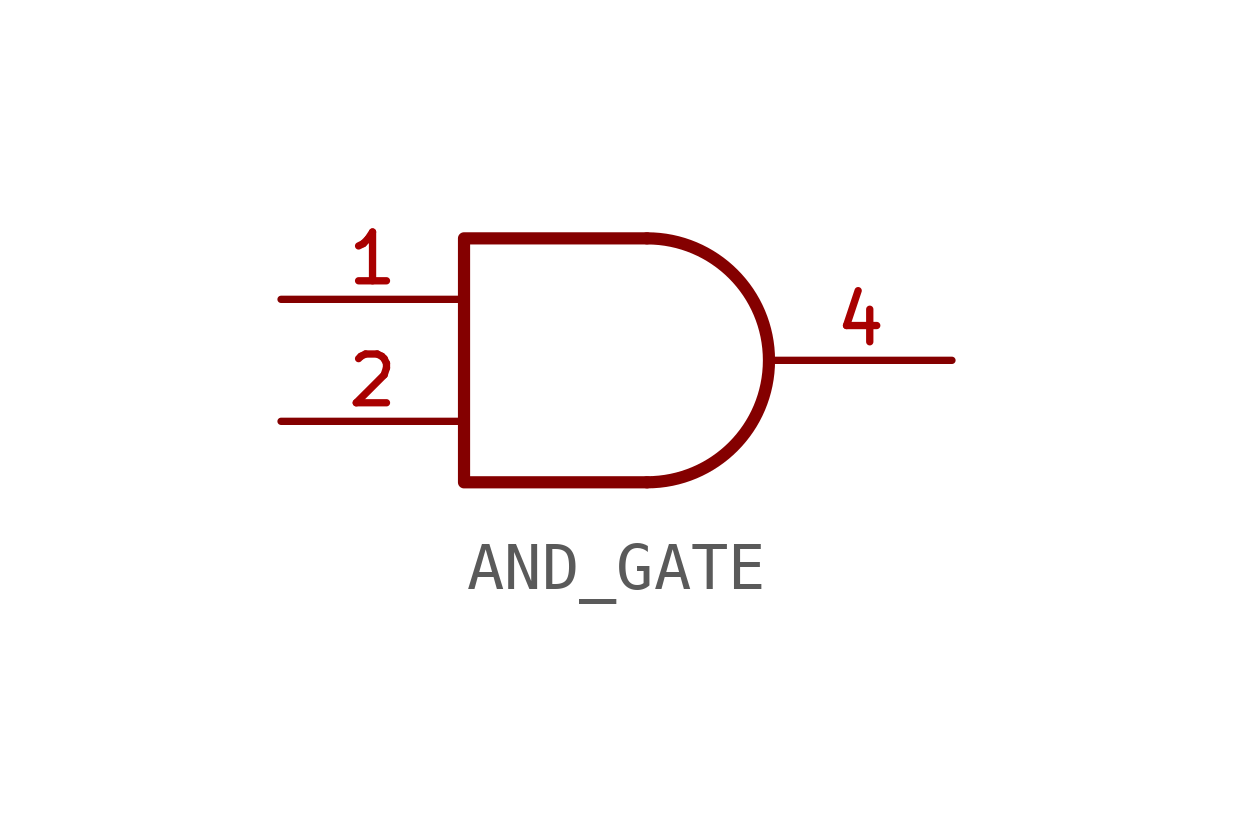
<source format=kicad_sym>
(kicad_symbol_lib
  (version 20211014)
  (generator kicad_symbol_editor)
  (symbol "AND_GATE"
    (pin_names
      (offset 1.016))
    (property "Reference" "U"
      (at 0 11.43 0)
      (effects (font (size 1.27 1.27)) hide))
    (symbol "AND_GATE_0_1"
      (arc (start 0 -2.54) (mid 2.54 0) (end 0 2.54) (stroke (width 0.254) (type default) (color 0 0 0 0)) (fill (type none)))
      (polyline (pts (xy 0 2.54) (xy -3.81 2.54) (xy -3.81 -2.54) (xy 0 -2.54)) (stroke (width 0.254) (type default) (color 0 0 0 0)) (fill (type none))))
    (symbol "AND_GATE_1_1"
      (pin input line (at -7.62 1.27 0) (length 3.81) (name "~" (effects (font (size 1.016 1.016)))) (number "1" (effects (font (size 1.016 1.016)))))
      (pin input line (at -7.62 -1.27 0) (length 3.81) (name "~" (effects (font (size 1.016 1.016)))) (number "2" (effects (font (size 1.016 1.016)))))
      (pin output line (at -1.27 -2.54 90) (length 0) hide (name "GND" (effects (font (size 1.016 1.016)))) (number "3" (effects (font (size 1.016 1.016)))))
      (pin output line (at 6.35 0 180) (length 3.81) (name "~" (effects (font (size 1.016 1.016)))) (number "4" (effects (font (size 1.016 1.016)))))
      (pin output line (at -1.27 2.54 270) (length 0) hide (name "VDD" (effects (font (size 1.016 1.016)))) (number "5" (effects (font (size 1.016 1.016))))))))
</source>
